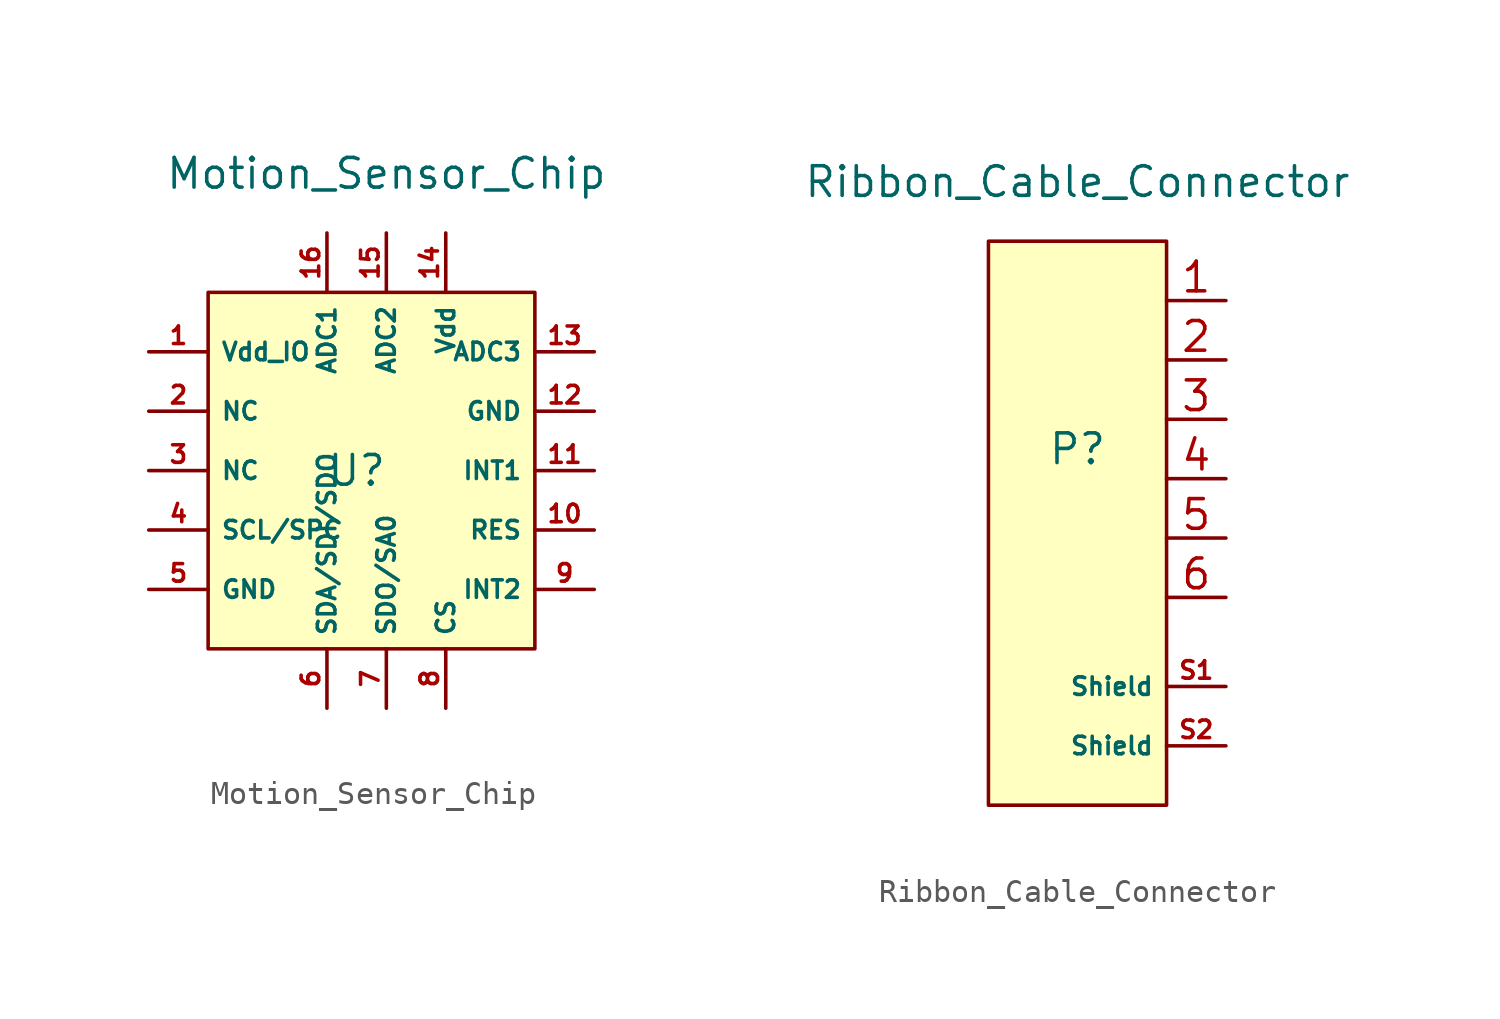
<source format=kicad_sym>
(kicad_symbol_lib
  (version 20211014)
  (generator kicad_symbol_editor)
  (symbol "Motion_Sensor_Chip"
    (property "Reference" "U"
      (at 6.35 -7.62 0)
      (effects (font (size 1.27 1.27))))
    (property "Value" "Motion_Sensor_Chip"
      (at 7.62 5.08 0)
      (effects (font (size 1.27 1.27))))
    (symbol "Motion_Sensor_Chip_0_1"
      (rectangle (start 0 0) (end 13.97 -15.24) (stroke (width 0.152) (type default) (color 0 0 0 0)) (fill (type background))))
    (symbol "Motion_Sensor_Chip_1_1"
      (pin input line (at -2.54 -2.54 0) (length 2.54) (name "Vdd_IO" (effects (font (size 0.75 0.75)))) (number "1" (effects (font (size 0.75 0.75)))))
      (pin input line (at 16.51 -10.16 180) (length 2.54) (name "RES" (effects (font (size 0.75 0.75)))) (number "10" (effects (font (size 0.75 0.75)))))
      (pin input line (at 16.51 -7.62 180) (length 2.54) (name "INT1" (effects (font (size 0.75 0.75)))) (number "11" (effects (font (size 0.75 0.75)))))
      (pin input line (at 16.51 -5.08 180) (length 2.54) (name "GND" (effects (font (size 0.75 0.75)))) (number "12" (effects (font (size 0.75 0.75)))))
      (pin input line (at 16.51 -2.54 180) (length 2.54) (name "ADC3" (effects (font (size 0.75 0.75)))) (number "13" (effects (font (size 0.75 0.75)))))
      (pin input line (at 10.16 2.54 270) (length 2.54) (name "Vdd" (effects (font (size 0.75 0.75)))) (number "14" (effects (font (size 0.75 0.75)))))
      (pin input line (at 7.62 2.54 270) (length 2.54) (name "ADC2" (effects (font (size 0.75 0.75)))) (number "15" (effects (font (size 0.75 0.75)))))
      (pin input line (at 5.08 2.54 270) (length 2.54) (name "ADC1" (effects (font (size 0.75 0.75)))) (number "16" (effects (font (size 0.75 0.75)))))
      (pin input line (at -2.54 -5.08 0) (length 2.54) (name "NC" (effects (font (size 0.75 0.75)))) (number "2" (effects (font (size 0.75 0.75)))))
      (pin input line (at -2.54 -7.62 0) (length 2.54) (name "NC" (effects (font (size 0.75 0.75)))) (number "3" (effects (font (size 0.75 0.75)))))
      (pin input line (at -2.54 -10.16 0) (length 2.54) (name "SCL/SPC" (effects (font (size 0.75 0.75)))) (number "4" (effects (font (size 0.75 0.75)))))
      (pin input line (at -2.54 -12.7 0) (length 2.54) (name "GND" (effects (font (size 0.75 0.75)))) (number "5" (effects (font (size 0.75 0.75)))))
      (pin input line (at 5.08 -17.78 90) (length 2.54) (name "SDA/SDI/SDO" (effects (font (size 0.75 0.75)))) (number "6" (effects (font (size 0.75 0.75)))))
      (pin input line (at 7.62 -17.78 90) (length 2.54) (name "SDO/SA0" (effects (font (size 0.75 0.75)))) (number "7" (effects (font (size 0.75 0.75)))))
      (pin input line (at 10.16 -17.78 90) (length 2.54) (name "CS" (effects (font (size 0.75 0.75)))) (number "8" (effects (font (size 0.75 0.75)))))
      (pin input line (at 16.51 -12.7 180) (length 2.54) (name "INT2" (effects (font (size 0.75 0.75)))) (number "9" (effects (font (size 0.75 0.75)))))))
  (symbol "Ribbon_Cable_Connector"
    (property "Reference" "P"
      (at 3.81 -8.89 0)
      (effects (font (size 1.27 1.27))))
    (property "Value" "Ribbon_Cable_Connector"
      (at 3.81 2.54 0)
      (effects (font (size 1.27 1.27))))
    (symbol "Ribbon_Cable_Connector_0_1"
      (rectangle (start 0 0) (end 7.62 -24.13) (stroke (width 0.152) (type default) (color 0 0 0 0)) (fill (type background))))
    (symbol "Ribbon_Cable_Connector_1_1"
      (pin input line (at 10.16 -2.54 180) (length 2.54) (name "" (effects (font (size 1.27 1.27)))) (number "1" (effects (font (size 1.27 1.27)))))
      (pin input line (at 10.16 -5.08 180) (length 2.54) (name "" (effects (font (size 1.27 1.27)))) (number "2" (effects (font (size 1.27 1.27)))))
      (pin input line (at 10.16 -7.62 180) (length 2.54) (name "" (effects (font (size 1.27 1.27)))) (number "3" (effects (font (size 1.27 1.27)))))
      (pin input line (at 10.16 -10.16 180) (length 2.54) (name "" (effects (font (size 1.27 1.27)))) (number "4" (effects (font (size 1.27 1.27)))))
      (pin input line (at 10.16 -12.7 180) (length 2.54) (name "" (effects (font (size 1.27 1.27)))) (number "5" (effects (font (size 1.27 1.27)))))
      (pin input line (at 10.16 -15.24 180) (length 2.54) (name "" (effects (font (size 1.27 1.27)))) (number "6" (effects (font (size 1.27 1.27)))))
      (pin input line (at 10.16 -19.05 180) (length 2.54) (name "Shield" (effects (font (size 0.75 0.75)))) (number "S1" (effects (font (size 0.75 0.75)))))
      (pin input line (at 10.16 -21.59 180) (length 2.54) (name "Shield" (effects (font (size 0.75 0.75)))) (number "S2" (effects (font (size 0.75 0.75))))))))
</source>
